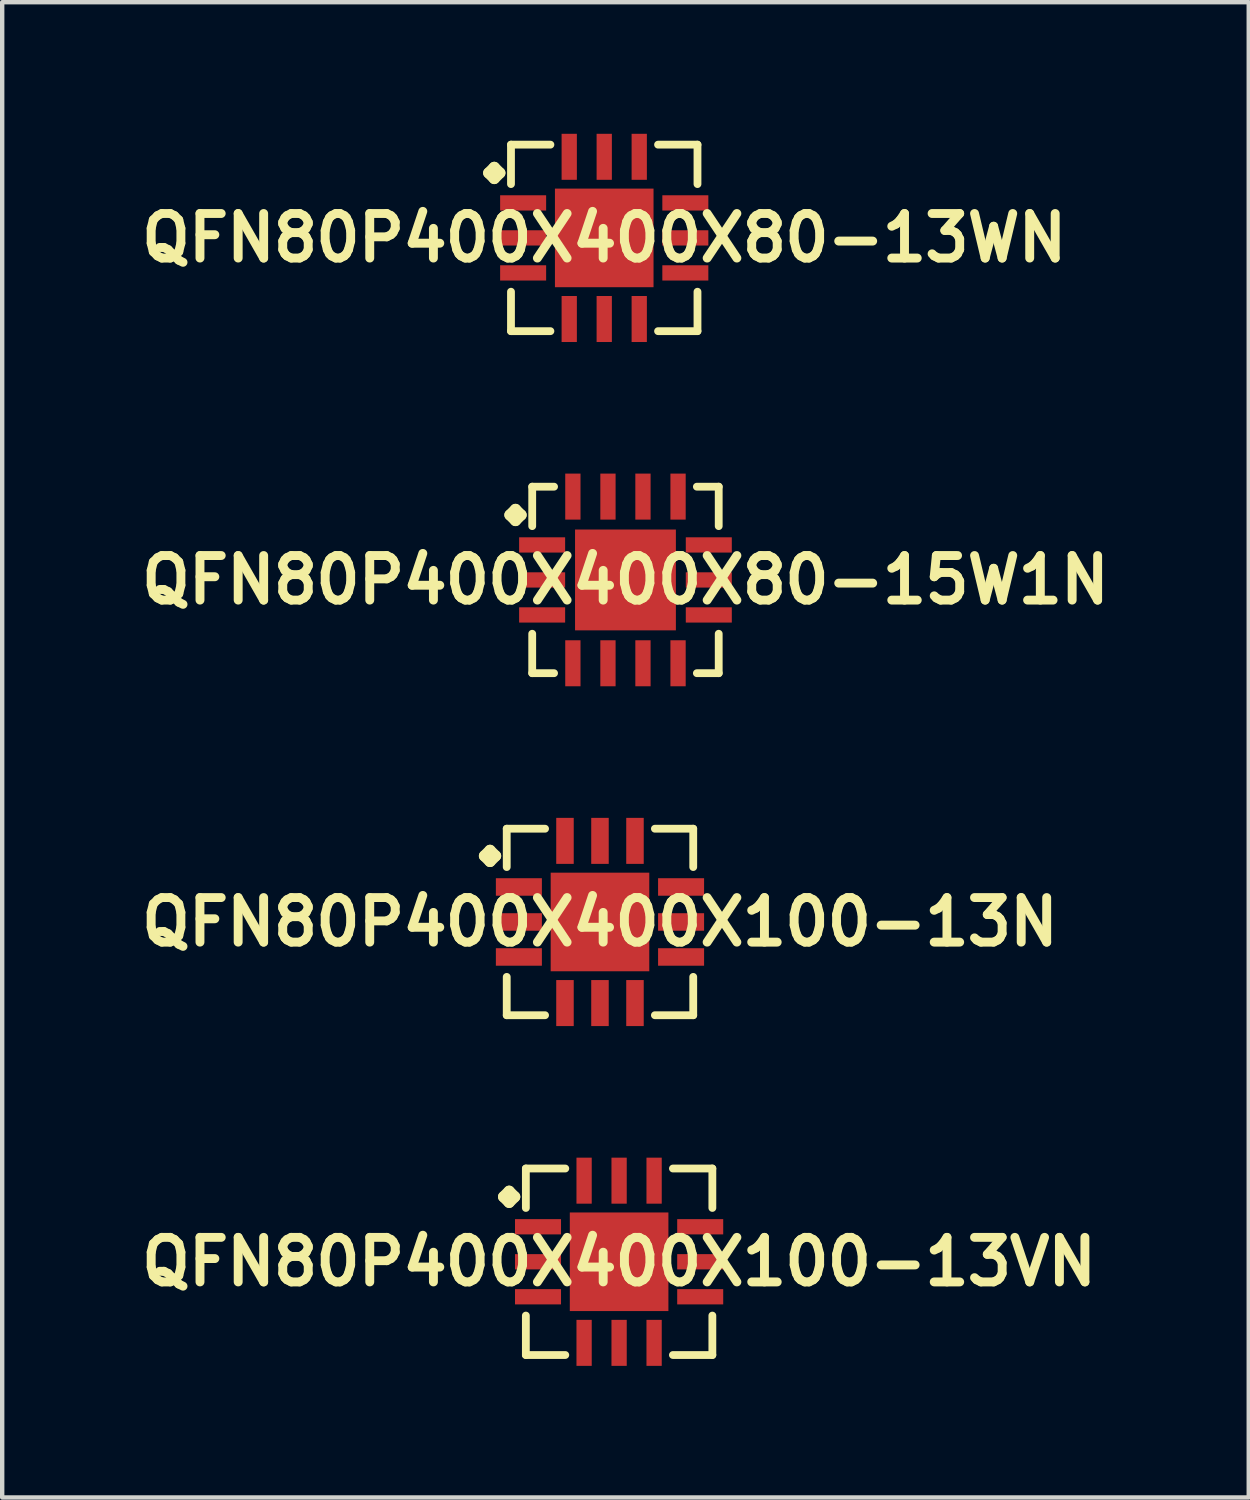
<source format=kicad_pcb>
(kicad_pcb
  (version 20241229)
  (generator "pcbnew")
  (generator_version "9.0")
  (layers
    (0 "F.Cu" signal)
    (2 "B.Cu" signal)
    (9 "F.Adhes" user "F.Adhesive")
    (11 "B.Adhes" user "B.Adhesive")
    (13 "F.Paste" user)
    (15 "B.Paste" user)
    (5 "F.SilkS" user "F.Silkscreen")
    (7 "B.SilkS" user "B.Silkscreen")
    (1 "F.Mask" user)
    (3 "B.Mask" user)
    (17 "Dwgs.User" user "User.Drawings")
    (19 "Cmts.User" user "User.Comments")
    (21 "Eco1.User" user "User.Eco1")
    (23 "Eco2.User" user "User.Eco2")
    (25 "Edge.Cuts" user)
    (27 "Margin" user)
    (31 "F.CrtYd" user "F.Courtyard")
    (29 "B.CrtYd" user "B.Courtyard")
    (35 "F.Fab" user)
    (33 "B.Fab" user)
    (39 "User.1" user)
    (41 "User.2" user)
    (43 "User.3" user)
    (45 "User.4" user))
  (footprint "QFN80P400X400X100-13VN"
    (layer "F.Cu")
    (at 11.065 25.717)
    (property "Reference" "QFN80P400X400X100-13VN" (at 0 0 0) (layer "F.SilkS") (effects (font (size 1.016 1.016) (thickness 0.203))))
    (attr smd)
    (fp_line (start -2.634 -1.481) (end -2.507 -1.608) (stroke (width 0.254) (type solid)) (layer "F.SilkS"))
    (fp_line (start -2.507 -1.608) (end -2.38 -1.481) (stroke (width 0.254) (type solid)) (layer "F.SilkS"))
    (fp_line (start -2.507 -1.354) (end -2.634 -1.481) (stroke (width 0.254) (type solid)) (layer "F.SilkS"))
    (fp_line (start -2.38 -1.481) (end -2.507 -1.354) (stroke (width 0.254) (type solid)) (layer "F.SilkS"))
    (fp_line (start -2.126 -2.126) (end -1.227 -2.126) (stroke (width 0.178) (type solid)) (layer "F.SilkS"))
    (fp_line (start -2.126 -1.227) (end -2.126 -2.126) (stroke (width 0.178) (type solid)) (layer "F.SilkS"))
    (fp_line (start -2.126 1.227) (end -2.126 2.126) (stroke (width 0.178) (type solid)) (layer "F.SilkS"))
    (fp_line (start -2.126 2.126) (end -1.227 2.126) (stroke (width 0.178) (type solid)) (layer "F.SilkS"))
    (fp_line (start 1.227 -2.126) (end 2.126 -2.126) (stroke (width 0.178) (type solid)) (layer "F.SilkS"))
    (fp_line (start 1.227 2.126) (end 2.126 2.126) (stroke (width 0.178) (type solid)) (layer "F.SilkS"))
    (fp_line (start 2.126 -2.126) (end 2.126 -1.227) (stroke (width 0.178) (type solid)) (layer "F.SilkS"))
    (fp_line (start 2.126 2.126) (end 2.126 1.227) (stroke (width 0.178) (type solid)) (layer "F.SilkS"))
    (pad "1" smd rect (at -1.849 -0.798) (size 1.049 0.348) (layers "F.Cu" "F.Mask" "F.Paste"))
    (pad "2" smd rect (at -1.849 0) (size 1.049 0.348) (layers "F.Cu" "F.Mask" "F.Paste"))
    (pad "3" smd rect (at -1.849 0.798) (size 1.049 0.348) (layers "F.Cu" "F.Mask" "F.Paste"))
    (pad "4" smd rect (at -0.798 1.849) (size 0.348 1.049) (layers "F.Cu" "F.Mask" "F.Paste"))
    (pad "5" smd rect (at 0 1.849) (size 0.348 1.049) (layers "F.Cu" "F.Mask" "F.Paste"))
    (pad "6" smd rect (at 0.798 1.849) (size 0.348 1.049) (layers "F.Cu" "F.Mask" "F.Paste"))
    (pad "7" smd rect (at 1.849 0.798) (size 1.049 0.348) (layers "F.Cu" "F.Mask" "F.Paste"))
    (pad "8" smd rect (at 1.849 0) (size 1.049 0.348) (layers "F.Cu" "F.Mask" "F.Paste"))
    (pad "9" smd rect (at 1.849 -0.798) (size 1.049 0.348) (layers "F.Cu" "F.Mask" "F.Paste"))
    (pad "10" smd rect (at 0.798 -1.849) (size 0.348 1.049) (layers "F.Cu" "F.Mask" "F.Paste"))
    (pad "11" smd rect (at 0 -1.849) (size 0.348 1.049) (layers "F.Cu" "F.Mask" "F.Paste"))
    (pad "12" smd rect (at -0.798 -1.849) (size 0.348 1.049) (layers "F.Cu" "F.Mask" "F.Paste"))
    (pad "13" smd rect (at 0 0) (size 2.248 2.248) (layers "F.Cu" "F.Mask" "F.Paste")))
  (footprint "QFN80P400X400X80-13WN"
    (layer "F.Cu")
    (at 10.726 2.374)
    (property "Reference" "QFN80P400X400X80-13WN" (at 0 0 0) (layer "F.SilkS") (effects (font (size 1.016 1.016) (thickness 0.203))))
    (attr smd)
    (fp_line (start -2.634 -1.481) (end -2.507 -1.608) (stroke (width 0.254) (type solid)) (layer "F.SilkS"))
    (fp_line (start -2.507 -1.608) (end -2.38 -1.481) (stroke (width 0.254) (type solid)) (layer "F.SilkS"))
    (fp_line (start -2.507 -1.354) (end -2.634 -1.481) (stroke (width 0.254) (type solid)) (layer "F.SilkS"))
    (fp_line (start -2.38 -1.481) (end -2.507 -1.354) (stroke (width 0.254) (type solid)) (layer "F.SilkS"))
    (fp_line (start -2.126 -2.126) (end -1.227 -2.126) (stroke (width 0.178) (type solid)) (layer "F.SilkS"))
    (fp_line (start -2.126 -1.227) (end -2.126 -2.126) (stroke (width 0.178) (type solid)) (layer "F.SilkS"))
    (fp_line (start -2.126 1.227) (end -2.126 2.126) (stroke (width 0.178) (type solid)) (layer "F.SilkS"))
    (fp_line (start -2.126 2.126) (end -1.227 2.126) (stroke (width 0.178) (type solid)) (layer "F.SilkS"))
    (fp_line (start 1.227 -2.126) (end 2.126 -2.126) (stroke (width 0.178) (type solid)) (layer "F.SilkS"))
    (fp_line (start 1.227 2.126) (end 2.126 2.126) (stroke (width 0.178) (type solid)) (layer "F.SilkS"))
    (fp_line (start 2.126 -2.126) (end 2.126 -1.227) (stroke (width 0.178) (type solid)) (layer "F.SilkS"))
    (fp_line (start 2.126 2.126) (end 2.126 1.227) (stroke (width 0.178) (type solid)) (layer "F.SilkS"))
    (pad "1" smd rect (at -1.849 -0.798) (size 1.049 0.348) (layers "F.Cu" "F.Mask" "F.Paste"))
    (pad "2" smd rect (at -1.849 0) (size 1.049 0.348) (layers "F.Cu" "F.Mask" "F.Paste"))
    (pad "3" smd rect (at -1.849 0.798) (size 1.049 0.348) (layers "F.Cu" "F.Mask" "F.Paste"))
    (pad "4" smd rect (at -0.798 1.849) (size 0.348 1.049) (layers "F.Cu" "F.Mask" "F.Paste"))
    (pad "5" smd rect (at 0 1.849) (size 0.348 1.049) (layers "F.Cu" "F.Mask" "F.Paste"))
    (pad "6" smd rect (at 0.798 1.849) (size 0.348 1.049) (layers "F.Cu" "F.Mask" "F.Paste"))
    (pad "7" smd rect (at 1.849 0.798) (size 1.049 0.348) (layers "F.Cu" "F.Mask" "F.Paste"))
    (pad "8" smd rect (at 1.849 0) (size 1.049 0.348) (layers "F.Cu" "F.Mask" "F.Paste"))
    (pad "9" smd rect (at 1.849 -0.798) (size 1.049 0.348) (layers "F.Cu" "F.Mask" "F.Paste"))
    (pad "10" smd rect (at 0.798 -1.849) (size 0.348 1.049) (layers "F.Cu" "F.Mask" "F.Paste"))
    (pad "11" smd rect (at 0 -1.849) (size 0.348 1.049) (layers "F.Cu" "F.Mask" "F.Paste"))
    (pad "12" smd rect (at -0.798 -1.849) (size 0.348 1.049) (layers "F.Cu" "F.Mask" "F.Paste"))
    (pad "13" smd rect (at 0 0) (size 2.248 2.248) (layers "F.Cu" "F.Mask" "F.Paste")))
  (footprint "QFN80P400X400X100-13N"
    (layer "F.Cu")
    (at 10.629 17.97)
    (property "Reference" "QFN80P400X400X100-13N" (at 0 0 0) (layer "F.SilkS") (effects (font (size 1.016 1.016) (thickness 0.203))))
    (attr smd)
    (fp_line (start -2.634 -1.506) (end -2.507 -1.633) (stroke (width 0.254) (type solid)) (layer "F.SilkS"))
    (fp_line (start -2.507 -1.633) (end -2.38 -1.506) (stroke (width 0.254) (type solid)) (layer "F.SilkS"))
    (fp_line (start -2.507 -1.379) (end -2.634 -1.506) (stroke (width 0.254) (type solid)) (layer "F.SilkS"))
    (fp_line (start -2.38 -1.506) (end -2.507 -1.379) (stroke (width 0.254) (type solid)) (layer "F.SilkS"))
    (fp_line (start -2.126 -2.126) (end -1.252 -2.126) (stroke (width 0.178) (type solid)) (layer "F.SilkS"))
    (fp_line (start -2.126 -1.252) (end -2.126 -2.126) (stroke (width 0.178) (type solid)) (layer "F.SilkS"))
    (fp_line (start -2.126 1.252) (end -2.126 2.126) (stroke (width 0.178) (type solid)) (layer "F.SilkS"))
    (fp_line (start -2.126 2.126) (end -1.252 2.126) (stroke (width 0.178) (type solid)) (layer "F.SilkS"))
    (fp_line (start 1.252 -2.126) (end 2.126 -2.126) (stroke (width 0.178) (type solid)) (layer "F.SilkS"))
    (fp_line (start 1.252 2.126) (end 2.126 2.126) (stroke (width 0.178) (type solid)) (layer "F.SilkS"))
    (fp_line (start 2.126 -2.126) (end 2.126 -1.252) (stroke (width 0.178) (type solid)) (layer "F.SilkS"))
    (fp_line (start 2.126 2.126) (end 2.126 1.252) (stroke (width 0.178) (type solid)) (layer "F.SilkS"))
    (pad "1" smd rect (at -1.849 -0.798) (size 1.049 0.399) (layers "F.Cu" "F.Mask" "F.Paste"))
    (pad "2" smd rect (at -1.849 0) (size 1.049 0.399) (layers "F.Cu" "F.Mask" "F.Paste"))
    (pad "3" smd rect (at -1.849 0.798) (size 1.049 0.399) (layers "F.Cu" "F.Mask" "F.Paste"))
    (pad "4" smd rect (at -0.798 1.849) (size 0.399 1.049) (layers "F.Cu" "F.Mask" "F.Paste"))
    (pad "5" smd rect (at 0 1.849) (size 0.399 1.049) (layers "F.Cu" "F.Mask" "F.Paste"))
    (pad "6" smd rect (at 0.798 1.849) (size 0.399 1.049) (layers "F.Cu" "F.Mask" "F.Paste"))
    (pad "7" smd rect (at 1.849 0.798) (size 1.049 0.399) (layers "F.Cu" "F.Mask" "F.Paste"))
    (pad "8" smd rect (at 1.849 0) (size 1.049 0.399) (layers "F.Cu" "F.Mask" "F.Paste"))
    (pad "9" smd rect (at 1.849 -0.798) (size 1.049 0.399) (layers "F.Cu" "F.Mask" "F.Paste"))
    (pad "10" smd rect (at 0.798 -1.849) (size 0.399 1.049) (layers "F.Cu" "F.Mask" "F.Paste"))
    (pad "11" smd rect (at 0 -1.849) (size 0.399 1.049) (layers "F.Cu" "F.Mask" "F.Paste"))
    (pad "12" smd rect (at -0.798 -1.849) (size 0.399 1.049) (layers "F.Cu" "F.Mask" "F.Paste"))
    (pad "13" smd rect (at 0 0) (size 2.248 2.248) (layers "F.Cu" "F.Mask" "F.Paste")))
  (footprint "QFN80P400X400X80-15W1N"
    (layer "F.Cu")
    (at 11.21 10.172)
    (property "Reference" "QFN80P400X400X80-15W1N" (at 0 0 0) (layer "F.SilkS") (effects (font (size 1.016 1.016) (thickness 0.203))))
    (attr smd)
    (fp_line (start -2.634 -1.481) (end -2.507 -1.608) (stroke (width 0.254) (type solid)) (layer "F.SilkS"))
    (fp_line (start -2.507 -1.608) (end -2.38 -1.481) (stroke (width 0.254) (type solid)) (layer "F.SilkS"))
    (fp_line (start -2.507 -1.354) (end -2.634 -1.481) (stroke (width 0.254) (type solid)) (layer "F.SilkS"))
    (fp_line (start -2.38 -1.481) (end -2.507 -1.354) (stroke (width 0.254) (type solid)) (layer "F.SilkS"))
    (fp_line (start -2.126 -2.126) (end -1.628 -2.126) (stroke (width 0.178) (type solid)) (layer "F.SilkS"))
    (fp_line (start -2.126 -1.227) (end -2.126 -2.126) (stroke (width 0.178) (type solid)) (layer "F.SilkS"))
    (fp_line (start -2.126 1.227) (end -2.126 2.126) (stroke (width 0.178) (type solid)) (layer "F.SilkS"))
    (fp_line (start -2.126 2.126) (end -1.628 2.126) (stroke (width 0.178) (type solid)) (layer "F.SilkS"))
    (fp_line (start 1.628 -2.126) (end 2.126 -2.126) (stroke (width 0.178) (type solid)) (layer "F.SilkS"))
    (fp_line (start 1.628 2.126) (end 2.126 2.126) (stroke (width 0.178) (type solid)) (layer "F.SilkS"))
    (fp_line (start 2.126 -2.126) (end 2.126 -1.227) (stroke (width 0.178) (type solid)) (layer "F.SilkS"))
    (fp_line (start 2.126 2.126) (end 2.126 1.227) (stroke (width 0.178) (type solid)) (layer "F.SilkS"))
    (pad "1" smd rect (at -1.9 -0.798) (size 1.049 0.348) (layers "F.Cu" "F.Mask" "F.Paste"))
    (pad "2" smd rect (at -1.9 0) (size 1.049 0.348) (layers "F.Cu" "F.Mask" "F.Paste"))
    (pad "3" smd rect (at -1.9 0.798) (size 1.049 0.348) (layers "F.Cu" "F.Mask" "F.Paste"))
    (pad "4" smd rect (at -1.199 1.9) (size 0.348 1.049) (layers "F.Cu" "F.Mask" "F.Paste"))
    (pad "5" smd rect (at -0.399 1.9) (size 0.348 1.049) (layers "F.Cu" "F.Mask" "F.Paste"))
    (pad "6" smd rect (at 0.399 1.9) (size 0.348 1.049) (layers "F.Cu" "F.Mask" "F.Paste"))
    (pad "7" smd rect (at 1.199 1.9) (size 0.348 1.049) (layers "F.Cu" "F.Mask" "F.Paste"))
    (pad "8" smd rect (at 1.9 0.798) (size 1.049 0.348) (layers "F.Cu" "F.Mask" "F.Paste"))
    (pad "9" smd rect (at 1.9 0) (size 1.049 0.348) (layers "F.Cu" "F.Mask" "F.Paste"))
    (pad "10" smd rect (at 1.9 -0.798) (size 1.049 0.348) (layers "F.Cu" "F.Mask" "F.Paste"))
    (pad "11" smd rect (at 1.199 -1.9) (size 0.348 1.049) (layers "F.Cu" "F.Mask" "F.Paste"))
    (pad "12" smd rect (at 0.399 -1.9) (size 0.348 1.049) (layers "F.Cu" "F.Mask" "F.Paste"))
    (pad "13" smd rect (at -0.399 -1.9) (size 0.348 1.049) (layers "F.Cu" "F.Mask" "F.Paste"))
    (pad "14" smd rect (at -1.199 -1.9) (size 0.348 1.049) (layers "F.Cu" "F.Mask" "F.Paste"))
    (pad "15" smd rect (at 0 0) (size 2.299 2.299) (layers "F.Cu" "F.Mask" "F.Paste")))
  (gr_rect
    (start -3 -3)
    (end 25.42 31.091)
    (stroke (width 0.1) (type default))
    (fill no)
    (layer "Edge.Cuts")))
</source>
